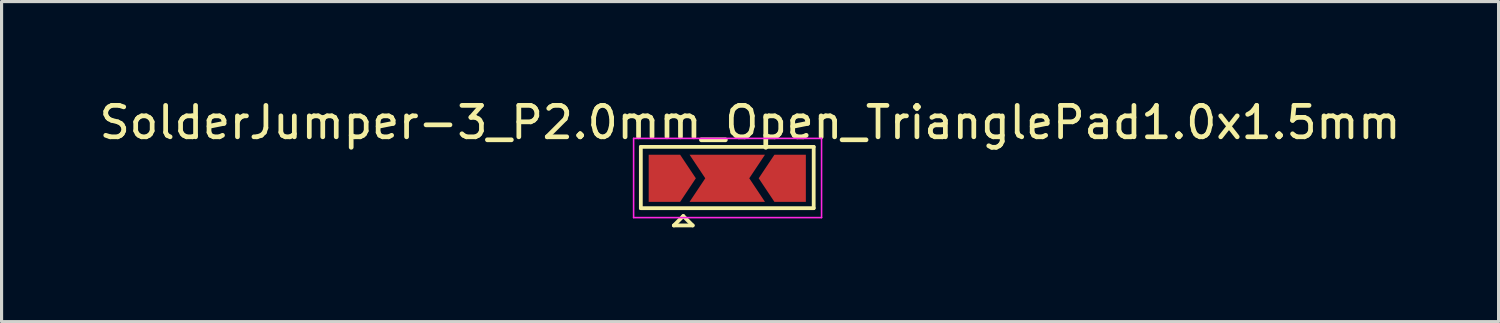
<source format=kicad_pcb>
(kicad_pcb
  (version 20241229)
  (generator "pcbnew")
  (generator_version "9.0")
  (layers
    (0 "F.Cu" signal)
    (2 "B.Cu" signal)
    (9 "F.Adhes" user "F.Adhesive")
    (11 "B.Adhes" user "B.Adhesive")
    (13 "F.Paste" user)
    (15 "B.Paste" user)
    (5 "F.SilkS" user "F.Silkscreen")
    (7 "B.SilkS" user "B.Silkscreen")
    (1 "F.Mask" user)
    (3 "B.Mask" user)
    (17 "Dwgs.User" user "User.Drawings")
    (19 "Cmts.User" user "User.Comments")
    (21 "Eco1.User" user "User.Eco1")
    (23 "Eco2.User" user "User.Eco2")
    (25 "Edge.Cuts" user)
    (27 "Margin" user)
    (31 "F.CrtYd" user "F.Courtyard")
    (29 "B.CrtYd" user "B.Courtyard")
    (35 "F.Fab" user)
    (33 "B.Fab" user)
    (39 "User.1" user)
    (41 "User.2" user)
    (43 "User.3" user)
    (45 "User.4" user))
  (footprint "SolderJumper-3_P2.0mm_Open_TrianglePad1.0x1.5mm"
    (layer "F.Cu")
    (at 20.09 2.623)
    (property "Reference" "SolderJumper-3_P2.0mm_Open_TrianglePad1.0x1.5mm" (at 0.725 -1.775 0) (layer "F.SilkS") (effects (font (size 1 1) (thickness 0.15))))
    (attr exclude_from_pos_files exclude_from_bom)
    (fp_line (start -2.75 -1) (end 2.75 -1) (stroke (width 0.12) (type solid)) (layer "F.SilkS"))
    (fp_line (start -2.75 0.95) (end -2.75 -1) (stroke (width 0.12) (type solid)) (layer "F.SilkS"))
    (fp_line (start -1.7 1.5) (end -1.1 1.5) (stroke (width 0.12) (type solid)) (layer "F.SilkS"))
    (fp_line (start -1.4 1.2) (end -1.7 1.5) (stroke (width 0.12) (type solid)) (layer "F.SilkS"))
    (fp_line (start -1.1 1.5) (end -1.4 1.2) (stroke (width 0.12) (type solid)) (layer "F.SilkS"))
    (fp_line (start 2.75 -1) (end 2.75 0.95) (stroke (width 0.12) (type solid)) (layer "F.SilkS"))
    (fp_line (start 2.75 0.95) (end -2.75 0.95) (stroke (width 0.12) (type solid)) (layer "F.SilkS"))
    (fp_line (start -2.98 -1.27) (end -2.98 1.25) (stroke (width 0.05) (type solid)) (layer "F.CrtYd"))
    (fp_line (start -2.98 -1.27) (end 3 -1.27) (stroke (width 0.05) (type solid)) (layer "F.CrtYd"))
    (fp_line (start 3 1.25) (end -2.98 1.25) (stroke (width 0.05) (type solid)) (layer "F.CrtYd"))
    (fp_line (start 3 1.25) (end 3 -1.27) (stroke (width 0.05) (type solid)) (layer "F.CrtYd"))
    (pad "" smd rect (at -1.2 0) (size 1.5 1.5) (layers "F.Mask"))
    (pad "" smd rect (at 1.2 0) (size 1.5 1.5) (layers "F.Mask"))
    (pad "1" smd custom (at -2 0) (size 0.3 0.3) (layers "F.Cu" "F.Mask") (options (anchor rect)) (primitives (gr_poly (pts (xy 1 0) (xy 0.5 0.75) (xy -0.5 0.75) (xy -0.5 -0.75) (xy 0.5 -0.75)) (width 0) (fill yes))))
    (pad "2" smd custom (at 0 0) (size 0.3 0.3) (layers "F.Cu") (options (anchor rect)) (primitives (gr_poly (pts (xy 0.7 0) (xy 1.2 0.75) (xy -1.2 0.75) (xy -0.7 0) (xy -1.2 -0.75) (xy 1.2 -0.75)) (width 0) (fill yes))))
    (pad "3" smd custom (at 2 0 180) (size 0.3 0.3) (layers "F.Cu" "F.Mask") (options (anchor rect)) (primitives (gr_poly (pts (xy 1 0) (xy 0.5 0.75) (xy -0.5 0.75) (xy -0.5 -0.75) (xy 0.5 -0.75)) (width 0) (fill yes)))))
  (gr_rect
    (start -3 -3)
    (end 44.631 7.183)
    (stroke (width 0.1) (type default))
    (fill no)
    (layer "Edge.Cuts")))
</source>
